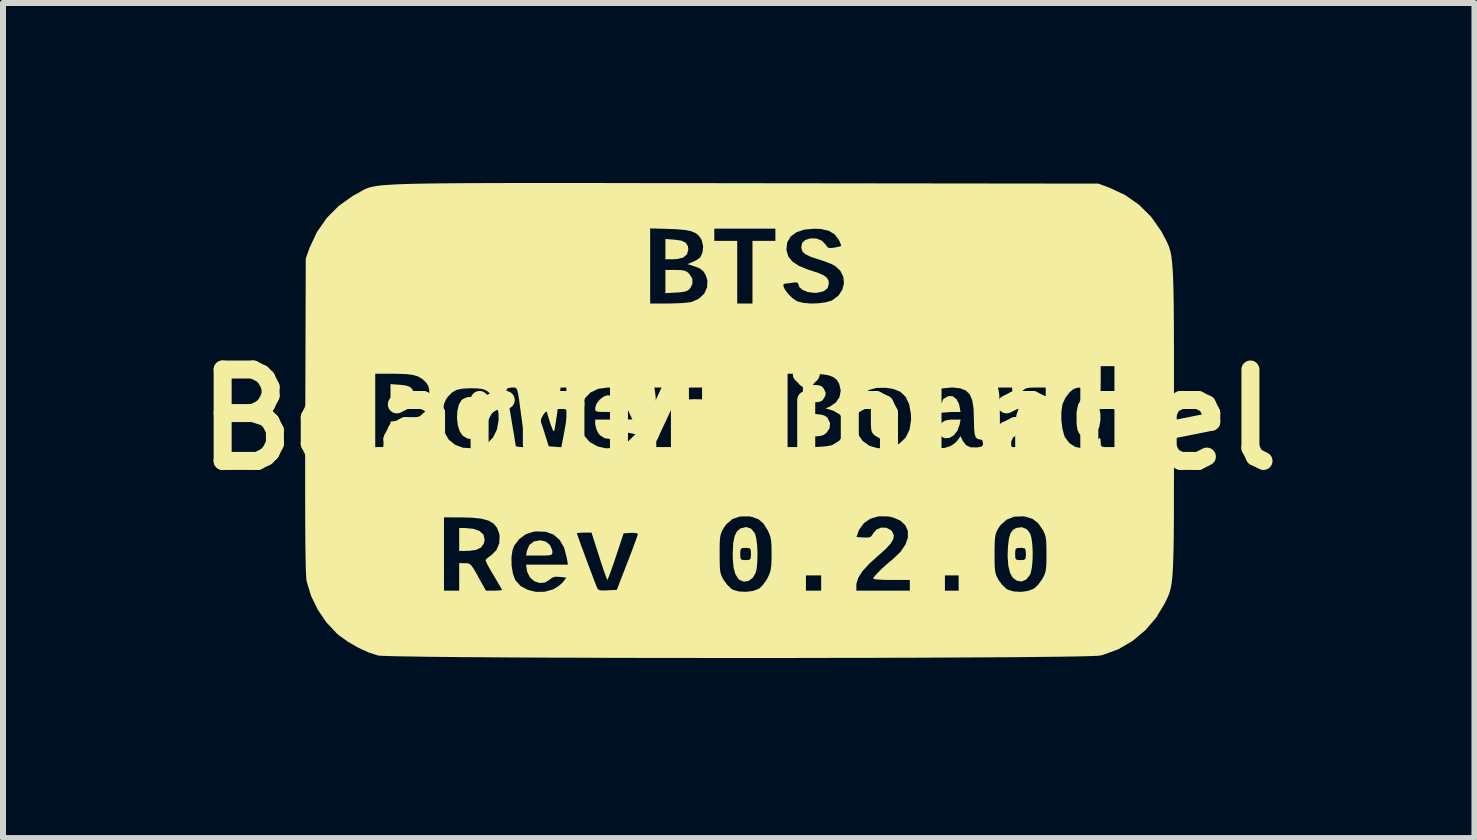
<source format=kicad_pcb>
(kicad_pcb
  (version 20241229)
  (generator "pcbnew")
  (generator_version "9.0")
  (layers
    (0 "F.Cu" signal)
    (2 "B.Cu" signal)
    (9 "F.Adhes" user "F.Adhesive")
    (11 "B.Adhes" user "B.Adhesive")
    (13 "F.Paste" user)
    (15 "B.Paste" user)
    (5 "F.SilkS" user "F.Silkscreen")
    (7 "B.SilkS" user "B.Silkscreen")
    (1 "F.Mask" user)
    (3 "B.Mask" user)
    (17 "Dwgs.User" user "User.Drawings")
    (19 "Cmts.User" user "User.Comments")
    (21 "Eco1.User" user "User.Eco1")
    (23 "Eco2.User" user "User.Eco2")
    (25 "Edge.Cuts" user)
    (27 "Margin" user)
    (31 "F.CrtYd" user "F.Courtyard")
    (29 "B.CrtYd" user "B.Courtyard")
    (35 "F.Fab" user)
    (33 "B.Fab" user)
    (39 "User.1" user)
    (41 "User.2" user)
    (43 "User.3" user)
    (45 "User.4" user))
  (footprint "BoardMainLabel"
    (layer "F.Cu")
    (at 9.26 3.942)
    (property "Reference" "BoardMainLabel" (at 0 0 0) (layer "F.SilkS") (effects (font (size 1.524 1.524) (thickness 0.3))))
    (attr board_only exclude_from_pos_files exclude_from_bom)
    (fp_poly (pts (xy -1.066 -2.998) (xy -0.952 -2.981) (xy -0.881 -2.945) (xy -0.846 -2.888) (xy -0.84 -2.833) (xy -0.862 -2.753) (xy -0.926 -2.7) (xy -1.03 -2.675) (xy -1.082 -2.672) (xy -1.222 -2.672) (xy -1.222 -3.009)) (stroke (width 0) (type solid)) (fill yes) (layer "F.SilkS"))
    (fp_poly (pts (xy -4.562 1.807) (xy -4.421 1.82) (xy -4.317 1.858) (xy -4.253 1.918) (xy -4.234 1.999) (xy -4.245 2.059) (xy -4.291 2.129) (xy -4.375 2.171) (xy -4.501 2.188) (xy -4.524 2.188) (xy -4.658 2.189) (xy -4.658 1.807)) (stroke (width 0) (type solid)) (fill yes) (layer "F.SilkS"))
    (fp_poly (pts (xy -3.215 2.033) (xy -3.144 2.091) (xy -3.108 2.174) (xy -3.105 2.205) (xy -3.107 2.234) (xy -3.121 2.252) (xy -3.156 2.261) (xy -3.223 2.265) (xy -3.325 2.265) (xy -3.544 2.265) (xy -3.528 2.182) (xy -3.488 2.089) (xy -3.412 2.03) (xy -3.308 2.011)) (stroke (width 0) (type solid)) (fill yes) (layer "F.SilkS"))
    (fp_poly (pts (xy -0.959 -2.491) (xy -0.897 -2.48) (xy -0.852 -2.455) (xy -0.826 -2.432) (xy -0.774 -2.35) (xy -0.771 -2.263) (xy -0.811 -2.186) (xy -0.846 -2.154) (xy -0.893 -2.134) (xy -0.967 -2.122) (xy -1.04 -2.117) (xy -1.222 -2.107) (xy -1.222 -2.494) (xy -1.055 -2.494)) (stroke (width 0) (type solid)) (fill yes) (layer "F.SilkS"))
    (fp_poly (pts (xy 1.227 -0.58) (xy 1.317 -0.574) (xy 1.37 -0.561) (xy 1.403 -0.536) (xy 1.424 -0.503) (xy 1.449 -0.447) (xy 1.444 -0.402) (xy 1.424 -0.363) (xy 1.397 -0.323) (xy 1.362 -0.301) (xy 1.302 -0.29) (xy 1.227 -0.285) (xy 1.069 -0.278) (xy 1.069 -0.588)) (stroke (width 0) (type solid)) (fill yes) (layer "F.SilkS"))
    (fp_poly (pts (xy 1.252 -0.096) (xy 1.355 -0.085) (xy 1.421 -0.07) (xy 1.463 -0.045) (xy 1.481 -0.026) (xy 1.522 0.059) (xy 1.514 0.145) (xy 1.465 0.217) (xy 1.422 0.252) (xy 1.373 0.271) (xy 1.299 0.279) (xy 1.236 0.28) (xy 1.069 0.28) (xy 1.069 -0.109)) (stroke (width 0) (type solid)) (fill yes) (layer "F.SilkS"))
    (fp_poly (pts (xy 3.681 0.083) (xy 3.644 0.185) (xy 3.585 0.261) (xy 3.513 0.305) (xy 3.437 0.311) (xy 3.387 0.289) (xy 3.344 0.231) (xy 3.336 0.155) (xy 3.362 0.079) (xy 3.385 0.051) (xy 3.438 0.016) (xy 3.518 0.001) (xy 3.566 0) (xy 3.697 0)) (stroke (width 0) (type solid)) (fill yes) (layer "F.SilkS"))
    (fp_poly (pts (xy -5.646 -0.58) (xy -5.549 -0.569) (xy -5.488 -0.549) (xy -5.447 -0.515) (xy -5.443 -0.511) (xy -5.401 -0.423) (xy -5.405 -0.329) (xy -5.454 -0.245) (xy -5.458 -0.241) (xy -5.507 -0.202) (xy -5.565 -0.183) (xy -5.653 -0.178) (xy -5.662 -0.178) (xy -5.803 -0.178) (xy -5.803 -0.591)) (stroke (width 0) (type solid)) (fill yes) (layer "F.SilkS"))
    (fp_poly (pts (xy -2.103 -0.386) (xy -2.03 -0.334) (xy -1.977 -0.264) (xy -1.96 -0.201) (xy -1.96 -0.127) (xy -2.176 -0.127) (xy -2.281 -0.128) (xy -2.345 -0.131) (xy -2.378 -0.141) (xy -2.39 -0.16) (xy -2.392 -0.192) (xy -2.392 -0.193) (xy -2.371 -0.262) (xy -2.318 -0.331) (xy -2.249 -0.385) (xy -2.181 -0.407) (xy -2.18 -0.407)) (stroke (width 0) (type solid)) (fill yes) (layer "F.SilkS"))
    (fp_poly (pts (xy -4.353 -0.357) (xy -4.306 -0.306) (xy -4.273 -0.219) (xy -4.253 -0.11) (xy -4.251 0.009) (xy -4.266 0.123) (xy -4.287 0.192) (xy -4.345 0.277) (xy -4.422 0.321) (xy -4.509 0.32) (xy -4.595 0.273) (xy -4.647 0.2) (xy -4.681 0.096) (xy -4.695 -0.023) (xy -4.689 -0.143) (xy -4.664 -0.249) (xy -4.618 -0.325) (xy -4.607 -0.336) (xy -4.525 -0.373) (xy -4.429 -0.379)) (stroke (width 0) (type solid)) (fill yes) (layer "F.SilkS"))
    (fp_poly (pts (xy 5.902 -0.359) (xy 5.962 -0.298) (xy 6.004 -0.209) (xy 6.027 -0.102) (xy 6.028 0.011) (xy 6.008 0.121) (xy 5.963 0.218) (xy 5.929 0.26) (xy 5.861 0.315) (xy 5.803 0.326) (xy 5.739 0.294) (xy 5.711 0.271) (xy 5.67 0.227) (xy 5.646 0.174) (xy 5.633 0.094) (xy 5.63 0.056) (xy 5.629 -0.118) (xy 5.654 -0.248) (xy 5.704 -0.334) (xy 5.781 -0.377) (xy 5.826 -0.382)) (stroke (width 0) (type solid)) (fill yes) (layer "F.SilkS"))
    (fp_poly (pts (xy 2.519 -0.357) (xy 2.565 -0.306) (xy 2.599 -0.219) (xy 2.618 -0.11) (xy 2.621 0.009) (xy 2.606 0.123) (xy 2.584 0.192) (xy 2.527 0.278) (xy 2.449 0.321) (xy 2.361 0.319) (xy 2.273 0.269) (xy 2.24 0.239) (xy 2.219 0.207) (xy 2.208 0.162) (xy 2.203 0.093) (xy 2.202 -0.013) (xy 2.202 -0.038) (xy 2.202 -0.153) (xy 2.207 -0.229) (xy 2.217 -0.277) (xy 2.235 -0.309) (xy 2.262 -0.333) (xy 2.347 -0.373) (xy 2.446 -0.379)) (stroke (width 0) (type solid)) (fill yes) (layer "F.SilkS"))
    (fp_poly (pts (xy 4.8 1.827) (xy 4.854 1.893) (xy 4.877 1.967) (xy 4.892 2.077) (xy 4.899 2.205) (xy 4.897 2.338) (xy 4.886 2.459) (xy 4.867 2.553) (xy 4.854 2.587) (xy 4.791 2.665) (xy 4.715 2.698) (xy 4.632 2.683) (xy 4.57 2.638) (xy 4.523 2.559) (xy 4.493 2.44) (xy 4.481 2.285) (xy 4.482 2.24) (xy 4.607 2.24) (xy 4.609 2.305) (xy 4.626 2.334) (xy 4.669 2.341) (xy 4.696 2.341) (xy 4.753 2.338) (xy 4.778 2.319) (xy 4.785 2.27) (xy 4.785 2.24) (xy 4.782 2.174) (xy 4.765 2.146) (xy 4.722 2.138) (xy 4.696 2.138) (xy 4.639 2.141) (xy 4.613 2.16) (xy 4.607 2.21) (xy 4.607 2.24) (xy 4.482 2.24) (xy 4.487 2.11) (xy 4.503 1.981) (xy 4.529 1.894) (xy 4.568 1.838) (xy 4.623 1.806) (xy 4.718 1.793)) (stroke (width 0) (type solid)) (fill yes) (layer "F.SilkS"))
    (fp_poly (pts (xy 0.204 1.816) (xy 0.264 1.887) (xy 0.273 1.906) (xy 0.294 1.988) (xy 0.308 2.104) (xy 0.313 2.236) (xy 0.31 2.368) (xy 0.299 2.483) (xy 0.283 2.552) (xy 0.235 2.636) (xy 0.166 2.687) (xy 0.09 2.701) (xy 0.016 2.673) (xy -0.01 2.65) (xy -0.057 2.573) (xy -0.086 2.463) (xy -0.099 2.313) (xy -0.1 2.24) (xy 0.025 2.24) (xy 0.028 2.305) (xy 0.045 2.334) (xy 0.088 2.341) (xy 0.115 2.341) (xy 0.172 2.338) (xy 0.197 2.319) (xy 0.203 2.27) (xy 0.204 2.24) (xy 0.201 2.174) (xy 0.184 2.146) (xy 0.141 2.138) (xy 0.115 2.138) (xy 0.057 2.141) (xy 0.032 2.16) (xy 0.026 2.21) (xy 0.025 2.24) (xy -0.1 2.24) (xy -0.1 2.227) (xy -0.092 2.063) (xy -0.069 1.943) (xy -0.029 1.861) (xy 0.03 1.813) (xy 0.031 1.813) (xy 0.124 1.79)) (stroke (width 0) (type solid)) (fill yes) (layer "F.SilkS"))
    (fp_poly (pts (xy -2.718 -3.942) (xy -2.242 -3.942) (xy -1.723 -3.941) (xy -1.159 -3.94) (xy -0.548 -3.94) (xy 0.081 -3.939) (xy 5.994 -3.932) (xy 6.176 -3.865) (xy 6.436 -3.744) (xy 6.669 -3.581) (xy 6.871 -3.381) (xy 7.035 -3.149) (xy 7.074 -3.078) (xy 7.102 -3.025) (xy 7.127 -2.977) (xy 7.149 -2.931) (xy 7.169 -2.883) (xy 7.185 -2.832) (xy 7.2 -2.773) (xy 7.212 -2.704) (xy 7.222 -2.62) (xy 7.23 -2.52) (xy 7.237 -2.4) (xy 7.242 -2.257) (xy 7.246 -2.088) (xy 7.249 -1.889) (xy 7.251 -1.657) (xy 7.252 -1.39) (xy 7.253 -1.084) (xy 7.253 -0.736) (xy 7.253 -0.342) (xy 7.253 0.013) (xy 7.253 0.444) (xy 7.253 0.828) (xy 7.252 1.167) (xy 7.252 1.465) (xy 7.251 1.724) (xy 7.249 1.948) (xy 7.246 2.14) (xy 7.242 2.303) (xy 7.237 2.44) (xy 7.231 2.555) (xy 7.223 2.65) (xy 7.213 2.729) (xy 7.202 2.795) (xy 7.188 2.851) (xy 7.173 2.9) (xy 7.155 2.945) (xy 7.135 2.989) (xy 7.112 3.036) (xy 7.099 3.063) (xy 6.956 3.301) (xy 6.776 3.51) (xy 6.565 3.687) (xy 6.33 3.825) (xy 6.077 3.919) (xy 6.028 3.931) (xy 5.984 3.936) (xy 5.892 3.94) (xy 5.754 3.944) (xy 5.573 3.948) (xy 5.353 3.951) (xy 5.096 3.954) (xy 4.805 3.957) (xy 4.482 3.96) (xy 4.131 3.962) (xy 3.754 3.964) (xy 3.354 3.966) (xy 2.934 3.968) (xy 2.496 3.969) (xy 2.043 3.971) (xy 1.579 3.971) (xy 1.105 3.972) (xy 0.626 3.973) (xy 0.142 3.973) (xy -0.342 3.973) (xy -0.824 3.972) (xy -1.302 3.972) (xy -1.772 3.971) (xy -2.231 3.97) (xy -2.678 3.968) (xy -3.108 3.967) (xy -3.52 3.965) (xy -3.91 3.963) (xy -4.276 3.96) (xy -4.615 3.958) (xy -4.924 3.955) (xy -5.201 3.952) (xy -5.442 3.948) (xy -5.644 3.945) (xy -5.806 3.941) (xy -5.925 3.937) (xy -5.996 3.933) (xy -6.015 3.93) (xy -6.173 3.878) (xy -6.346 3.798) (xy -6.516 3.699) (xy -6.664 3.593) (xy -6.7 3.562) (xy -6.869 3.382) (xy -7.013 3.171) (xy -7.125 2.942) (xy -7.197 2.709) (xy -7.202 2.685) (xy -7.207 2.641) (xy -7.211 2.564) (xy -7.215 2.453) (xy -7.218 2.306) (xy -7.221 2.121) (xy -7.223 1.897) (xy -7.224 1.632) (xy -7.224 1.629) (xy -4.912 1.629) (xy -4.912 2.851) (xy -4.658 2.851) (xy -4.658 2.392) (xy -4.562 2.393) (xy -4.518 2.395) (xy -4.485 2.406) (xy -4.454 2.433) (xy -4.417 2.486) (xy -4.367 2.572) (xy -4.34 2.622) (xy -4.212 2.851) (xy -4.079 2.851) (xy -4.004 2.848) (xy -3.955 2.843) (xy -3.945 2.839) (xy -3.957 2.813) (xy -3.991 2.754) (xy -4.04 2.671) (xy -4.086 2.594) (xy -4.143 2.497) (xy -4.188 2.416) (xy -4.214 2.36) (xy -4.22 2.34) (xy -4.195 2.314) (xy -4.169 2.293) (xy -3.787 2.293) (xy -3.785 2.429) (xy -3.765 2.559) (xy -3.728 2.664) (xy -3.718 2.681) (xy -3.633 2.774) (xy -3.515 2.838) (xy -3.378 2.871) (xy -3.234 2.869) (xy -3.095 2.83) (xy -3.09 2.828) (xy -3.01 2.78) (xy -2.941 2.722) (xy -2.929 2.707) (xy -2.871 2.634) (xy -2.981 2.621) (xy -3.059 2.618) (xy -3.112 2.636) (xy -3.147 2.666) (xy -3.228 2.715) (xy -3.317 2.723) (xy -3.404 2.694) (xy -3.476 2.633) (xy -3.522 2.545) (xy -3.529 2.513) (xy -3.544 2.418) (xy -2.846 2.418) (xy -2.864 2.31) (xy -2.909 2.136) (xy -2.983 2.005) (xy -3.086 1.916) (xy -3.143 1.895) (xy -2.698 1.895) (xy -2.689 1.921) (xy -2.666 1.985) (xy -2.632 2.08) (xy -2.589 2.196) (xy -2.542 2.324) (xy -2.493 2.455) (xy -2.445 2.582) (xy -2.403 2.694) (xy -2.369 2.782) (xy -2.351 2.821) (xy -2.326 2.841) (xy -2.279 2.848) (xy -2.197 2.846) (xy -2.187 2.845) (xy -2.032 2.838) (xy -1.856 2.384) (xy -1.801 2.241) (xy -1.8 2.24) (xy -0.318 2.24) (xy -0.317 2.374) (xy -0.314 2.47) (xy -0.307 2.537) (xy -0.293 2.59) (xy -0.27 2.638) (xy -0.249 2.675) (xy -0.19 2.755) (xy -0.123 2.818) (xy -0.097 2.835) (xy 0.00028 2.864) (xy 0.118 2.87) (xy 0.235 2.856) (xy 0.25 2.851) (xy 1.12 2.851) (xy 1.374 2.851) (xy 1.96 2.851) (xy 2.851 2.851) (xy 3.436 2.851) (xy 3.665 2.851) (xy 3.665 2.596) (xy 3.436 2.596) (xy 3.436 2.851) (xy 2.851 2.851) (xy 2.851 2.672) (xy 2.545 2.672) (xy 2.427 2.671) (xy 2.33 2.666) (xy 2.265 2.659) (xy 2.24 2.65) (xy 2.24 2.65) (xy 2.258 2.617) (xy 2.308 2.561) (xy 2.38 2.489) (xy 2.468 2.41) (xy 2.561 2.332) (xy 2.565 2.329) (xy 2.659 2.24) (xy 4.263 2.24) (xy 4.264 2.374) (xy 4.267 2.47) (xy 4.275 2.537) (xy 4.289 2.59) (xy 4.311 2.638) (xy 4.332 2.675) (xy 4.391 2.755) (xy 4.458 2.818) (xy 4.485 2.835) (xy 4.582 2.864) (xy 4.7 2.871) (xy 4.817 2.856) (xy 4.913 2.82) (xy 4.931 2.808) (xy 4.986 2.755) (xy 5.044 2.679) (xy 5.065 2.645) (xy 5.093 2.591) (xy 5.111 2.539) (xy 5.122 2.475) (xy 5.127 2.389) (xy 5.128 2.266) (xy 5.128 2.24) (xy 5.127 2.109) (xy 5.123 2.017) (xy 5.113 1.951) (xy 5.097 1.898) (xy 5.07 1.845) (xy 5.065 1.835) (xy 4.988 1.724) (xy 4.899 1.656) (xy 4.786 1.619) (xy 4.742 1.612) (xy 4.594 1.617) (xy 4.465 1.667) (xy 4.362 1.759) (xy 4.325 1.813) (xy 4.299 1.863) (xy 4.281 1.912) (xy 4.271 1.972) (xy 4.265 2.055) (xy 4.263 2.171) (xy 4.263 2.24) (xy 2.659 2.24) (xy 2.693 2.207) (xy 2.777 2.085) (xy 2.819 1.966) (xy 2.818 1.856) (xy 2.776 1.76) (xy 2.693 1.683) (xy 2.569 1.63) (xy 2.485 1.613) (xy 2.331 1.612) (xy 2.195 1.651) (xy 2.085 1.726) (xy 2.008 1.833) (xy 1.99 1.876) (xy 1.963 1.957) (xy 2.082 1.965) (xy 2.157 1.966) (xy 2.199 1.954) (xy 2.228 1.919) (xy 2.24 1.897) (xy 2.298 1.831) (xy 2.377 1.799) (xy 2.462 1.803) (xy 2.536 1.843) (xy 2.562 1.874) (xy 2.585 1.931) (xy 2.576 1.993) (xy 2.533 2.065) (xy 2.453 2.153) (xy 2.332 2.261) (xy 2.327 2.265) (xy 2.171 2.406) (xy 2.059 2.53) (xy 1.99 2.639) (xy 1.961 2.736) (xy 1.96 2.76) (xy 1.96 2.851) (xy 1.374 2.851) (xy 1.374 2.596) (xy 1.12 2.596) (xy 1.12 2.851) (xy 0.25 2.851) (xy 0.332 2.821) (xy 0.35 2.809) (xy 0.402 2.757) (xy 0.457 2.68) (xy 0.484 2.633) (xy 0.513 2.568) (xy 0.532 2.506) (xy 0.542 2.432) (xy 0.547 2.332) (xy 0.547 2.24) (xy 0.546 2.113) (xy 0.54 2.022) (xy 0.527 1.953) (xy 0.505 1.892) (xy 0.484 1.847) (xy 0.413 1.733) (xy 0.33 1.661) (xy 0.223 1.622) (xy 0.172 1.613) (xy 0.021 1.614) (xy -0.108 1.659) (xy -0.21 1.748) (xy -0.248 1.803) (xy -0.278 1.856) (xy -0.297 1.904) (xy -0.309 1.959) (xy -0.316 2.034) (xy -0.318 2.139) (xy -0.318 2.24) (xy -1.8 2.24) (xy -1.753 2.114) (xy -1.715 2.011) (xy -1.69 1.939) (xy -1.68 1.906) (xy -1.68 1.905) (xy -1.702 1.892) (xy -1.76 1.887) (xy -1.799 1.888) (xy -1.918 1.896) (xy -2.047 2.284) (xy -2.091 2.414) (xy -2.131 2.526) (xy -2.162 2.611) (xy -2.183 2.661) (xy -2.189 2.671) (xy -2.2 2.648) (xy -2.224 2.585) (xy -2.258 2.489) (xy -2.298 2.369) (xy -2.327 2.277) (xy -2.453 1.883) (xy -2.575 1.883) (xy -2.646 1.886) (xy -2.691 1.891) (xy -2.698 1.895) (xy -3.143 1.895) (xy -3.217 1.869) (xy -3.377 1.864) (xy -3.424 1.869) (xy -3.548 1.911) (xy -3.658 1.991) (xy -3.739 2.097) (xy -3.769 2.172) (xy -3.787 2.293) (xy -4.169 2.293) (xy -4.144 2.274) (xy -4.123 2.26) (xy -4.037 2.173) (xy -3.99 2.061) (xy -3.985 1.936) (xy -3.994 1.89) (xy -4.03 1.8) (xy -4.087 1.731) (xy -4.171 1.683) (xy -4.288 1.651) (xy -4.443 1.635) (xy -4.613 1.63) (xy -4.912 1.629) (xy -7.224 1.629) (xy -7.225 1.323) (xy -7.225 0.97) (xy -7.225 0.57) (xy -7.224 0.458) (xy -6.057 0.458) (xy -5.803 0.458) (xy -5.803 0.033) (xy -5.611 0.018) (xy -5.44 -0.008) (xy -5.387 -0.029) (xy -4.937 -0.029) (xy -4.929 0.098) (xy -4.904 0.208) (xy -4.9 0.218) (xy -4.83 0.336) (xy -4.726 0.42) (xy -4.595 0.469) (xy -4.445 0.478) (xy -4.315 0.455) (xy -4.19 0.396) (xy -4.094 0.298) (xy -4.03 0.168) (xy -4.001 0.01) (xy -4.003 -0.108) (xy -4.037 -0.269) (xy -4.106 -0.395) (xy -4.182 -0.468) (xy -4.228 -0.496) (xy -4.251 -0.503) (xy -3.868 -0.503) (xy -3.864 -0.468) (xy -3.853 -0.392) (xy -3.835 -0.284) (xy -3.813 -0.151) (xy -3.792 -0.025) (xy -3.768 0.119) (xy -3.746 0.247) (xy -3.73 0.348) (xy -3.719 0.415) (xy -3.716 0.439) (xy -3.693 0.451) (xy -3.636 0.457) (xy -3.606 0.458) (xy -3.497 0.458) (xy -3.442 0.273) (xy -3.401 0.132) (xy -3.37 0.038) (xy -3.346 -0.01) (xy -3.325 -0.015) (xy -3.303 0.022) (xy -3.275 0.1) (xy -3.246 0.191) (xy -3.166 0.445) (xy -2.956 0.461) (xy -2.93 0.326) (xy -2.915 0.246) (xy -2.894 0.131) (xy -2.871 -0.001) (xy -2.864 -0.039) (xy -2.646 -0.039) (xy -2.627 0.135) (xy -2.571 0.274) (xy -2.477 0.378) (xy -2.35 0.447) (xy -2.215 0.479) (xy -2.083 0.472) (xy -2.003 0.453) (xy -1.92 0.415) (xy -1.836 0.356) (xy -1.81 0.332) (xy -1.721 0.243) (xy -1.832 0.221) (xy -1.909 0.21) (xy -1.953 0.219) (xy -1.971 0.235) (xy -2.046 0.299) (xy -2.137 0.324) (xy -2.231 0.311) (xy -2.312 0.261) (xy -2.343 0.221) (xy -2.376 0.147) (xy -2.392 0.075) (xy -2.392 0.07) (xy -2.392 0) (xy -2.049 0) (xy -1.923 -0.001) (xy -1.818 -0.002) (xy -1.743 -0.005) (xy -1.707 -0.008) (xy -1.705 -0.009) (xy -1.716 -0.092) (xy -1.743 -0.195) (xy -1.779 -0.294) (xy -1.817 -0.367) (xy -1.821 -0.373) (xy -1.909 -0.463) (xy -2.014 -0.514) (xy -2.148 -0.534) (xy -2.181 -0.534) (xy -2.34 -0.513) (xy -2.469 -0.452) (xy -2.564 -0.354) (xy -2.624 -0.221) (xy -2.646 -0.055) (xy -2.646 -0.039) (xy -2.864 -0.039) (xy -2.851 -0.115) (xy -2.829 -0.239) (xy -2.81 -0.349) (xy -2.795 -0.432) (xy -2.786 -0.477) (xy -2.783 -0.514) (xy -2.805 -0.531) (xy -2.865 -0.534) (xy -2.871 -0.534) (xy -1.406 -0.534) (xy -1.391 -0.439) (xy -1.385 -0.38) (xy -1.38 -0.282) (xy -1.377 -0.157) (xy -1.375 -0.014) (xy -1.375 0.057) (xy -1.374 0.458) (xy -1.12 0.458) (xy 0.814 0.458) (xy 1.146 0.458) (xy 1.327 0.455) (xy 1.459 0.445) (xy 1.544 0.429) (xy 1.56 0.423) (xy 1.674 0.354) (xy 1.743 0.261) (xy 1.769 0.142) (xy 1.769 0.127) (xy 1.754 0.042) (xy 1.936 0.042) (xy 1.944 0.125) (xy 1.964 0.195) (xy 1.984 0.239) (xy 2.067 0.358) (xy 2.18 0.438) (xy 2.318 0.477) (xy 2.474 0.474) (xy 2.551 0.457) (xy 2.683 0.396) (xy 2.782 0.299) (xy 2.846 0.169) (xy 2.852 0.131) (xy 3.089 0.131) (xy 3.091 0.252) (xy 3.134 0.353) (xy 3.209 0.427) (xy 3.307 0.47) (xy 3.42 0.475) (xy 3.526 0.443) (xy 3.596 0.398) (xy 3.651 0.342) (xy 3.653 0.339) (xy 3.695 0.275) (xy 3.737 0.36) (xy 3.79 0.428) (xy 3.865 0.462) (xy 3.973 0.464) (xy 3.988 0.462) (xy 4.047 0.449) (xy 4.07 0.419) (xy 4.072 0.392) (xy 4.058 0.342) (xy 4.026 0.331) (xy 3.982 0.324) (xy 3.952 0.298) (xy 3.933 0.246) (xy 3.923 0.16) (xy 3.92 0.033) (xy 3.919 -0.008) (xy 3.913 -0.188) (xy 3.891 -0.324) (xy 3.849 -0.421) (xy 3.784 -0.485) (xy 3.692 -0.521) (xy 3.569 -0.534) (xy 3.539 -0.534) (xy 4.32 -0.534) (xy 4.336 -0.455) (xy 4.342 -0.403) (xy 4.346 -0.31) (xy 4.35 -0.188) (xy 4.352 -0.048) (xy 4.352 0.041) (xy 4.352 0.458) (xy 4.607 0.458) (xy 4.607 0.203) (xy 4.611 0.045) (xy 4.616 0.007) (xy 5.376 0.007) (xy 5.393 0.147) (xy 5.424 0.264) (xy 5.438 0.297) (xy 5.512 0.393) (xy 5.607 0.454) (xy 5.714 0.477) (xy 5.821 0.461) (xy 5.917 0.403) (xy 5.936 0.383) (xy 5.982 0.335) (xy 6.014 0.307) (xy 6.019 0.305) (xy 6.028 0.328) (xy 6.032 0.381) (xy 6.032 0.382) (xy 6.035 0.429) (xy 6.054 0.451) (xy 6.103 0.458) (xy 6.146 0.458) (xy 6.261 0.458) (xy 6.261 -0.891) (xy 6.032 -0.891) (xy 6.032 -0.636) (xy 6.031 -0.529) (xy 6.028 -0.445) (xy 6.024 -0.393) (xy 6.021 -0.382) (xy 5.998 -0.398) (xy 5.954 -0.439) (xy 5.934 -0.458) (xy 5.878 -0.506) (xy 5.821 -0.528) (xy 5.739 -0.534) (xy 5.726 -0.534) (xy 5.64 -0.53) (xy 5.581 -0.51) (xy 5.525 -0.465) (xy 5.51 -0.45) (xy 5.444 -0.363) (xy 5.398 -0.263) (xy 5.395 -0.253) (xy 5.377 -0.133) (xy 5.376 0.007) (xy 4.616 0.007) (xy 4.627 -0.074) (xy 4.657 -0.165) (xy 4.704 -0.237) (xy 4.745 -0.28) (xy 4.794 -0.317) (xy 4.85 -0.336) (xy 4.931 -0.341) (xy 4.965 -0.341) (xy 5.116 -0.339) (xy 5.116 -0.534) (xy 4.948 -0.534) (xy 4.854 -0.532) (xy 4.793 -0.522) (xy 4.75 -0.498) (xy 4.713 -0.463) (xy 4.66 -0.403) (xy 4.62 -0.349) (xy 4.617 -0.343) (xy 4.599 -0.32) (xy 4.587 -0.331) (xy 4.575 -0.383) (xy 4.571 -0.414) (xy 4.553 -0.534) (xy 4.32 -0.534) (xy 3.539 -0.534) (xy 3.382 -0.518) (xy 3.261 -0.468) (xy 3.178 -0.385) (xy 3.144 -0.312) (xy 3.138 -0.278) (xy 3.152 -0.261) (xy 3.199 -0.255) (xy 3.256 -0.255) (xy 3.339 -0.259) (xy 3.379 -0.275) (xy 3.385 -0.29) (xy 3.409 -0.342) (xy 3.477 -0.383) (xy 3.502 -0.392) (xy 3.568 -0.388) (xy 3.627 -0.343) (xy 3.669 -0.265) (xy 3.679 -0.223) (xy 3.696 -0.127) (xy 3.547 -0.127) (xy 3.373 -0.114) (xy 3.241 -0.074) (xy 3.15 -0.006) (xy 3.098 0.09) (xy 3.089 0.131) (xy 2.852 0.131) (xy 2.872 0.009) (xy 2.87 -0.088) (xy 2.841 -0.252) (xy 2.784 -0.376) (xy 2.696 -0.462) (xy 2.573 -0.512) (xy 2.448 -0.53) (xy 2.293 -0.527) (xy 2.173 -0.495) (xy 2.076 -0.43) (xy 2.02 -0.367) (xy 1.981 -0.31) (xy 1.958 -0.252) (xy 1.945 -0.176) (xy 1.938 -0.073) (xy 1.936 0.042) (xy 1.754 0.042) (xy 1.749 0.008) (xy 1.688 -0.082) (xy 1.585 -0.144) (xy 1.547 -0.158) (xy 1.448 -0.187) (xy 1.52 -0.217) (xy 1.618 -0.283) (xy 1.68 -0.375) (xy 1.7 -0.483) (xy 1.675 -0.594) (xy 1.668 -0.609) (xy 1.629 -0.667) (xy 1.575 -0.709) (xy 1.499 -0.738) (xy 1.392 -0.755) (xy 1.248 -0.762) (xy 1.133 -0.764) (xy 0.814 -0.764) (xy 0.814 0.458) (xy -1.12 0.458) (xy -1.12 0.19) (xy -1.112 0.006) (xy -1.086 -0.135) (xy -1.038 -0.235) (xy -0.966 -0.299) (xy -0.867 -0.333) (xy -0.747 -0.34) (xy -0.611 -0.337) (xy -0.611 -0.534) (xy -0.778 -0.534) (xy -0.873 -0.532) (xy -0.933 -0.522) (xy -0.977 -0.498) (xy -1.014 -0.463) (xy -1.067 -0.403) (xy -1.106 -0.349) (xy -1.11 -0.343) (xy -1.127 -0.32) (xy -1.14 -0.331) (xy -1.151 -0.383) (xy -1.156 -0.414) (xy -1.174 -0.534) (xy -1.406 -0.534) (xy -2.871 -0.534) (xy -2.968 -0.534) (xy -3.015 -0.185) (xy -3.033 -0.055) (xy -3.051 0.058) (xy -3.065 0.143) (xy -3.076 0.191) (xy -3.078 0.196) (xy -3.091 0.187) (xy -3.113 0.136) (xy -3.143 0.054) (xy -3.168 -0.026) (xy -3.242 -0.28) (xy -3.325 -0.28) (xy -3.362 -0.278) (xy -3.389 -0.268) (xy -3.412 -0.24) (xy -3.436 -0.185) (xy -3.467 -0.096) (xy -3.49 -0.026) (xy -3.525 0.077) (xy -3.554 0.159) (xy -3.574 0.209) (xy -3.58 0.22) (xy -3.586 0.194) (xy -3.597 0.127) (xy -3.611 0.03) (xy -3.626 -0.078) (xy -3.648 -0.24) (xy -3.664 -0.359) (xy -3.678 -0.44) (xy -3.691 -0.492) (xy -3.706 -0.521) (xy -3.725 -0.533) (xy -3.75 -0.535) (xy -3.781 -0.534) (xy -3.844 -0.526) (xy -3.868 -0.504) (xy -3.868 -0.503) (xy -4.251 -0.503) (xy -4.284 -0.512) (xy -4.364 -0.52) (xy -4.467 -0.522) (xy -4.6 -0.516) (xy -4.697 -0.496) (xy -4.773 -0.455) (xy -4.841 -0.387) (xy -4.872 -0.347) (xy -4.908 -0.268) (xy -4.93 -0.156) (xy -4.937 -0.029) (xy -5.387 -0.029) (xy -5.311 -0.058) (xy -5.223 -0.137) (xy -5.171 -0.245) (xy -5.154 -0.386) (xy -5.154 -0.394) (xy -5.157 -0.49) (xy -5.17 -0.553) (xy -5.198 -0.602) (xy -5.217 -0.625) (xy -5.277 -0.68) (xy -5.344 -0.719) (xy -5.428 -0.744) (xy -5.539 -0.758) (xy -5.688 -0.763) (xy -5.751 -0.764) (xy -6.057 -0.764) (xy -6.057 0.458) (xy -7.224 0.458) (xy -7.224 0.122) (xy -7.223 -0.076) (xy -7.215 -2.685) (xy -7.149 -2.868) (xy -7.027 -3.128) (xy -6.986 -3.186) (xy -1.476 -3.186) (xy -1.476 -1.934) (xy -1.177 -1.934) (xy -1.048 -1.937) (xy -0.927 -1.943) (xy -0.83 -1.953) (xy -0.778 -1.962) (xy -0.66 -2.017) (xy -0.574 -2.1) (xy -0.527 -2.204) (xy -0.522 -2.318) (xy -0.551 -2.41) (xy -0.592 -2.475) (xy -0.646 -2.518) (xy -0.724 -2.549) (xy -0.851 -2.591) (xy -0.763 -2.628) (xy -0.695 -2.663) (xy -0.645 -2.7) (xy -0.641 -2.704) (xy -0.603 -2.785) (xy -0.593 -2.886) (xy -0.613 -2.978) (xy -0.407 -2.978) (xy -0.025 -2.978) (xy -0.025 -1.934) (xy 0.229 -1.934) (xy 0.229 -2.25) (xy 0.743 -2.25) (xy 0.749 -2.209) (xy 0.779 -2.153) (xy 0.828 -2.091) (xy 0.888 -2.031) (xy 0.953 -1.984) (xy 0.98 -1.97) (xy 1.074 -1.945) (xy 1.198 -1.934) (xy 1.331 -1.938) (xy 1.455 -1.955) (xy 1.55 -1.984) (xy 1.555 -1.986) (xy 1.659 -2.063) (xy 1.726 -2.161) (xy 1.754 -2.271) (xy 1.743 -2.381) (xy 1.691 -2.483) (xy 1.599 -2.565) (xy 1.598 -2.566) (xy 1.532 -2.598) (xy 1.436 -2.635) (xy 1.331 -2.67) (xy 1.323 -2.672) (xy 1.196 -2.714) (xy 1.112 -2.755) (xy 1.064 -2.799) (xy 1.045 -2.853) (xy 1.043 -2.877) (xy 1.059 -2.947) (xy 1.11 -2.993) (xy 1.192 -3.019) (xy 1.294 -3.018) (xy 1.386 -2.981) (xy 1.45 -2.914) (xy 1.452 -2.911) (xy 1.48 -2.871) (xy 1.517 -2.857) (xy 1.582 -2.864) (xy 1.589 -2.865) (xy 1.657 -2.878) (xy 1.699 -2.89) (xy 1.705 -2.893) (xy 1.701 -2.92) (xy 1.678 -2.975) (xy 1.666 -2.998) (xy 1.598 -3.088) (xy 1.501 -3.146) (xy 1.37 -3.176) (xy 1.261 -3.181) (xy 1.094 -3.166) (xy 0.961 -3.121) (xy 0.864 -3.049) (xy 0.808 -2.953) (xy 0.795 -2.836) (xy 0.797 -2.816) (xy 0.828 -2.716) (xy 0.895 -2.633) (xy 1.002 -2.562) (xy 1.154 -2.5) (xy 1.204 -2.484) (xy 1.334 -2.441) (xy 1.42 -2.402) (xy 1.472 -2.361) (xy 1.497 -2.313) (xy 1.502 -2.265) (xy 1.48 -2.188) (xy 1.415 -2.138) (xy 1.307 -2.114) (xy 1.258 -2.112) (xy 1.153 -2.125) (xy 1.067 -2.16) (xy 1.01 -2.209) (xy 0.993 -2.258) (xy 0.982 -2.282) (xy 0.943 -2.287) (xy 0.897 -2.281) (xy 0.826 -2.271) (xy 0.773 -2.266) (xy 0.768 -2.265) (xy 0.743 -2.25) (xy 0.229 -2.25) (xy 0.229 -2.978) (xy 0.611 -2.978) (xy 0.611 -3.181) (xy -0.407 -3.181) (xy -0.407 -2.978) (xy -0.613 -2.978) (xy -0.614 -2.983) (xy -0.621 -2.999) (xy -0.662 -3.061) (xy -0.716 -3.107) (xy -0.791 -3.139) (xy -0.895 -3.16) (xy -1.036 -3.172) (xy -1.152 -3.177) (xy -1.476 -3.186) (xy -6.986 -3.186) (xy -6.864 -3.361) (xy -6.664 -3.562) (xy -6.432 -3.727) (xy -6.361 -3.766) (xy -6.326 -3.785) (xy -6.294 -3.803) (xy -6.265 -3.82) (xy -6.237 -3.835) (xy -6.207 -3.849) (xy -6.173 -3.862) (xy -6.134 -3.873) (xy -6.088 -3.884) (xy -6.032 -3.893) (xy -5.965 -3.902) (xy -5.884 -3.909) (xy -5.788 -3.915) (xy -5.675 -3.921) (xy -5.542 -3.926) (xy -5.389 -3.93) (xy -5.211 -3.933) (xy -5.009 -3.936) (xy -4.779 -3.938) (xy -4.52 -3.94) (xy -4.23 -3.941) (xy -3.907 -3.942) (xy -3.548 -3.942) (xy -3.153 -3.942)) (stroke (width 0) (type solid)) (fill yes) (layer "F.SilkS")))
  (gr_rect
    (start -3 -3)
    (end 21.52 10.915)
    (stroke (width 0.1) (type default))
    (fill no)
    (layer "Edge.Cuts")))
</source>
